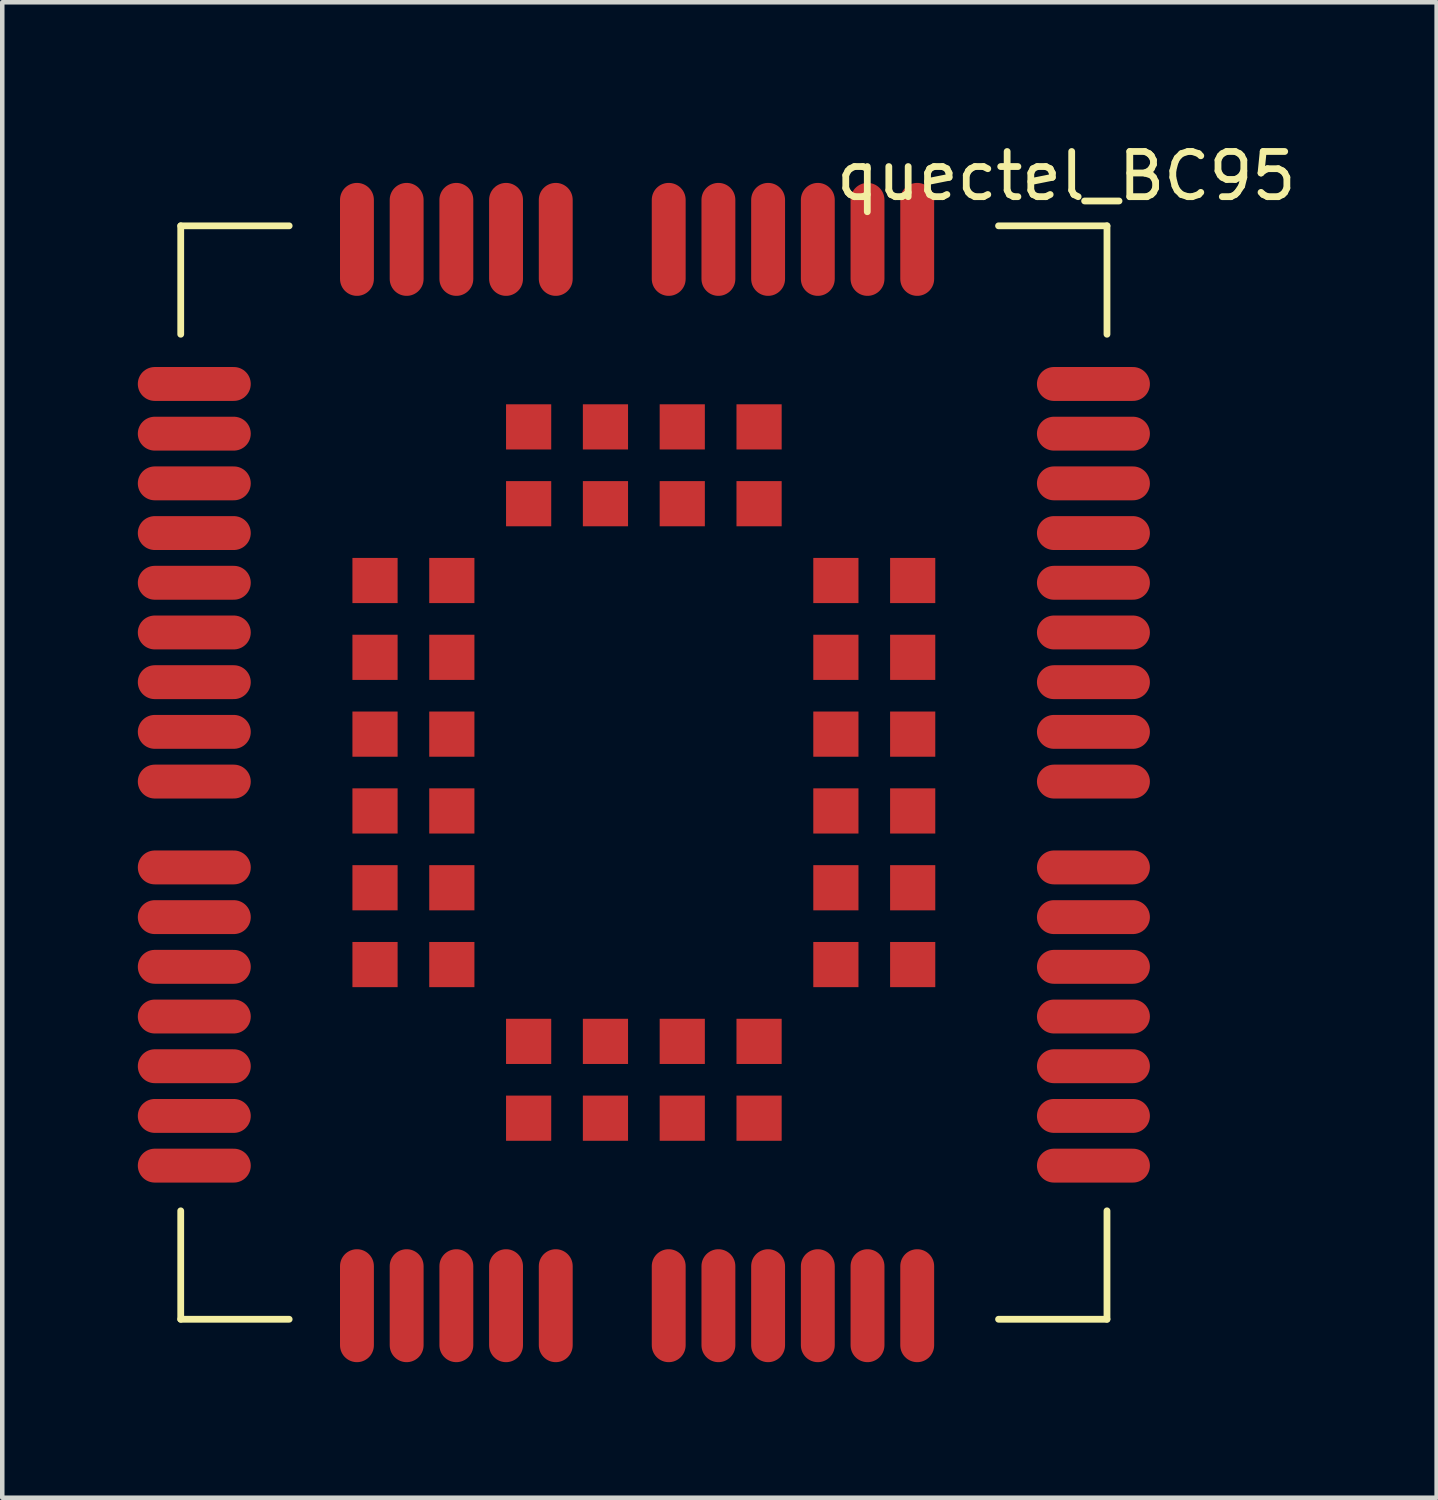
<source format=kicad_pcb>
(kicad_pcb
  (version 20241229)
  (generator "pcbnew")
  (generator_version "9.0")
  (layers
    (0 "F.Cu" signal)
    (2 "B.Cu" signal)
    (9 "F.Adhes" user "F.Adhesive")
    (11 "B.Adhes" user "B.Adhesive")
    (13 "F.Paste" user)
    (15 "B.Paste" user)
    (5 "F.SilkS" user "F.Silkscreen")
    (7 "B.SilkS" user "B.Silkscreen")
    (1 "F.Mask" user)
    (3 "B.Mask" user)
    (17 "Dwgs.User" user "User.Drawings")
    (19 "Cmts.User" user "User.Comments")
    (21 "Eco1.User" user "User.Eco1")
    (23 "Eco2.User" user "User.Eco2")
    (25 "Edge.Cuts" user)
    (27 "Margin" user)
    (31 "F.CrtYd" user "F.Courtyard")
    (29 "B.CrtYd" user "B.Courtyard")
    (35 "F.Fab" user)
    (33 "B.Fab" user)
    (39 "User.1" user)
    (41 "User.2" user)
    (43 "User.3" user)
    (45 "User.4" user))
  (footprint "quectel_BC95"
    (layer "F.Cu")
    (at 11.4 14.448)
    (property "Reference" "quectel_BC95" (at 9.15 -13.6 0) (layer "F.SilkS") (effects (font (size 1 1) (thickness 0.15))))
    (attr through_hole)
    (fp_line (start -10.45 -12.5) (end -8.05 -12.5) (stroke (width 0.15) (type solid)) (layer "F.SilkS"))
    (fp_line (start -10.45 -10.1) (end -10.45 -12.5) (stroke (width 0.15) (type solid)) (layer "F.SilkS"))
    (fp_line (start -10.45 9.3) (end -10.45 11.7) (stroke (width 0.15) (type solid)) (layer "F.SilkS"))
    (fp_line (start -10.45 11.7) (end -8.05 11.7) (stroke (width 0.15) (type solid)) (layer "F.SilkS"))
    (fp_line (start 7.65 -12.5) (end 10.05 -12.5) (stroke (width 0.15) (type solid)) (layer "F.SilkS"))
    (fp_line (start 7.65 11.7) (end 10.05 11.7) (stroke (width 0.15) (type solid)) (layer "F.SilkS"))
    (fp_line (start 10.05 -12.5) (end 10.05 -10.1) (stroke (width 0.15) (type solid)) (layer "F.SilkS"))
    (fp_line (start 10.05 11.7) (end 10.05 9.3) (stroke (width 0.15) (type solid)) (layer "F.SilkS"))
    (pad "1" smd oval (at -10.15 -9) (size 2.5 0.75) (layers "F.Cu" "F.Mask" "F.Paste"))
    (pad "2" smd oval (at -10.15 -7.9) (size 2.5 0.75) (layers "F.Cu" "F.Mask" "F.Paste"))
    (pad "3" smd oval (at -10.15 -6.8) (size 2.5 0.75) (layers "F.Cu" "F.Mask" "F.Paste"))
    (pad "4" smd oval (at -10.15 -5.7) (size 2.5 0.75) (layers "F.Cu" "F.Mask" "F.Paste"))
    (pad "5" smd oval (at -10.15 -4.6) (size 2.5 0.75) (layers "F.Cu" "F.Mask" "F.Paste"))
    (pad "6" smd oval (at -10.15 -3.5) (size 2.5 0.75) (layers "F.Cu" "F.Mask" "F.Paste"))
    (pad "7" smd oval (at -10.15 -2.4) (size 2.5 0.75) (layers "F.Cu" "F.Mask" "F.Paste"))
    (pad "8" smd oval (at -10.15 -1.3) (size 2.5 0.75) (layers "F.Cu" "F.Mask" "F.Paste"))
    (pad "9" smd oval (at -10.15 -0.2) (size 2.5 0.75) (layers "F.Cu" "F.Mask" "F.Paste"))
    (pad "10" smd oval (at -10.15 1.7) (size 2.5 0.75) (layers "F.Cu" "F.Mask" "F.Paste"))
    (pad "11" smd oval (at -10.15 2.8) (size 2.5 0.75) (layers "F.Cu" "F.Mask" "F.Paste"))
    (pad "12" smd oval (at -10.15 3.9) (size 2.5 0.75) (layers "F.Cu" "F.Mask" "F.Paste"))
    (pad "13" smd oval (at -10.15 5) (size 2.5 0.75) (layers "F.Cu" "F.Mask" "F.Paste"))
    (pad "14" smd oval (at -10.15 6.1) (size 2.5 0.75) (layers "F.Cu" "F.Mask" "F.Paste"))
    (pad "15" smd oval (at -10.15 7.2) (size 2.5 0.75) (layers "F.Cu" "F.Mask" "F.Paste"))
    (pad "16" smd oval (at -10.15 8.3) (size 2.5 0.75) (layers "F.Cu" "F.Mask" "F.Paste"))
    (pad "17" smd oval (at -6.55 11.4) (size 0.75 2.5) (layers "F.Cu" "F.Mask" "F.Paste"))
    (pad "18" smd oval (at -5.45 11.4) (size 0.75 2.5) (layers "F.Cu" "F.Mask" "F.Paste"))
    (pad "19" smd oval (at -4.35 11.4) (size 0.75 2.5) (layers "F.Cu" "F.Mask" "F.Paste"))
    (pad "20" smd oval (at -3.25 11.4) (size 0.75 2.5) (layers "F.Cu" "F.Mask" "F.Paste"))
    (pad "21" smd oval (at -2.15 11.4) (size 0.75 2.5) (layers "F.Cu" "F.Mask" "F.Paste"))
    (pad "22" smd oval (at 0.35 11.4) (size 0.75 2.5) (layers "F.Cu" "F.Mask" "F.Paste"))
    (pad "23" smd oval (at 1.45 11.4) (size 0.75 2.5) (layers "F.Cu" "F.Mask" "F.Paste"))
    (pad "24" smd oval (at 2.55 11.4) (size 0.75 2.5) (layers "F.Cu" "F.Mask" "F.Paste"))
    (pad "25" smd oval (at 3.65 11.4) (size 0.75 2.5) (layers "F.Cu" "F.Mask" "F.Paste"))
    (pad "26" smd oval (at 4.75 11.4) (size 0.75 2.5) (layers "F.Cu" "F.Mask" "F.Paste"))
    (pad "27" smd oval (at 5.85 11.4) (size 0.75 2.5) (layers "F.Cu" "F.Mask" "F.Paste"))
    (pad "28" smd oval (at 9.75 8.3) (size 2.5 0.75) (layers "F.Cu" "F.Mask" "F.Paste"))
    (pad "29" smd oval (at 9.75 7.2) (size 2.5 0.75) (layers "F.Cu" "F.Mask" "F.Paste"))
    (pad "30" smd oval (at 9.75 6.1) (size 2.5 0.75) (layers "F.Cu" "F.Mask" "F.Paste"))
    (pad "31" smd oval (at 9.75 5) (size 2.5 0.75) (layers "F.Cu" "F.Mask" "F.Paste"))
    (pad "32" smd oval (at 9.75 3.9) (size 2.5 0.75) (layers "F.Cu" "F.Mask" "F.Paste"))
    (pad "33" smd oval (at 9.75 2.8) (size 2.5 0.75) (layers "F.Cu" "F.Mask" "F.Paste"))
    (pad "34" smd oval (at 9.75 1.7) (size 2.5 0.75) (layers "F.Cu" "F.Mask" "F.Paste"))
    (pad "35" smd oval (at 9.75 -0.2) (size 2.5 0.75) (layers "F.Cu" "F.Mask" "F.Paste"))
    (pad "36" smd oval (at 9.75 -1.3) (size 2.5 0.75) (layers "F.Cu" "F.Mask" "F.Paste"))
    (pad "37" smd oval (at 9.75 -2.4) (size 2.5 0.75) (layers "F.Cu" "F.Mask" "F.Paste"))
    (pad "38" smd oval (at 9.75 -3.5) (size 2.5 0.75) (layers "F.Cu" "F.Mask" "F.Paste"))
    (pad "39" smd oval (at 9.75 -4.6) (size 2.5 0.75) (layers "F.Cu" "F.Mask" "F.Paste"))
    (pad "40" smd oval (at 9.75 -5.7) (size 2.5 0.75) (layers "F.Cu" "F.Mask" "F.Paste"))
    (pad "41" smd oval (at 9.75 -6.8) (size 2.5 0.75) (layers "F.Cu" "F.Mask" "F.Paste"))
    (pad "42" smd oval (at 9.75 -7.9) (size 2.5 0.75) (layers "F.Cu" "F.Mask" "F.Paste"))
    (pad "43" smd oval (at 9.75 -9) (size 2.5 0.75) (layers "F.Cu" "F.Mask" "F.Paste"))
    (pad "44" smd oval (at 5.85 -12.2) (size 0.75 2.5) (layers "F.Cu" "F.Mask" "F.Paste"))
    (pad "45" smd oval (at 4.75 -12.2) (size 0.75 2.5) (layers "F.Cu" "F.Mask" "F.Paste"))
    (pad "46" smd oval (at 3.65 -12.2) (size 0.75 2.5) (layers "F.Cu" "F.Mask" "F.Paste"))
    (pad "47" smd oval (at 2.55 -12.2) (size 0.75 2.5) (layers "F.Cu" "F.Mask" "F.Paste"))
    (pad "48" smd oval (at 1.45 -12.2) (size 0.75 2.5) (layers "F.Cu" "F.Mask" "F.Paste"))
    (pad "49" smd oval (at 0.35 -12.2) (size 0.75 2.5) (layers "F.Cu" "F.Mask" "F.Paste"))
    (pad "50" smd oval (at -2.15 -12.2) (size 0.75 2.5) (layers "F.Cu" "F.Mask" "F.Paste"))
    (pad "51" smd oval (at -3.25 -12.2) (size 0.75 2.5) (layers "F.Cu" "F.Mask" "F.Paste"))
    (pad "52" smd oval (at -4.35 -12.2) (size 0.75 2.5) (layers "F.Cu" "F.Mask" "F.Paste"))
    (pad "53" smd oval (at -5.45 -12.2) (size 0.75 2.5) (layers "F.Cu" "F.Mask" "F.Paste"))
    (pad "54" smd oval (at -6.55 -12.2) (size 0.75 2.5) (layers "F.Cu" "F.Mask" "F.Paste"))
    (pad "55" smd rect (at -6.15 -4.65) (size 1 1) (layers "F.Cu" "F.Mask" "F.Paste"))
    (pad "56" smd rect (at -6.15 -2.95) (size 1 1) (layers "F.Cu" "F.Mask" "F.Paste"))
    (pad "57" smd rect (at -6.15 -1.25) (size 1 1) (layers "F.Cu" "F.Mask" "F.Paste"))
    (pad "58" smd rect (at -6.15 0.45) (size 1 1) (layers "F.Cu" "F.Mask" "F.Paste"))
    (pad "59" smd rect (at -6.15 2.15) (size 1 1) (layers "F.Cu" "F.Mask" "F.Paste"))
    (pad "60" smd rect (at -6.15 3.85) (size 1 1) (layers "F.Cu" "F.Mask" "F.Paste"))
    (pad "61" smd rect (at -2.75 7.25) (size 1 1) (layers "F.Cu" "F.Mask" "F.Paste"))
    (pad "62" smd rect (at -1.05 7.25) (size 1 1) (layers "F.Cu" "F.Mask" "F.Paste"))
    (pad "63" smd rect (at 0.65 7.25) (size 1 1) (layers "F.Cu" "F.Mask" "F.Paste"))
    (pad "64" smd rect (at 2.35 7.25) (size 1 1) (layers "F.Cu" "F.Mask" "F.Paste"))
    (pad "65" smd rect (at 5.75 3.85) (size 1 1) (layers "F.Cu" "F.Mask" "F.Paste"))
    (pad "66" smd rect (at 5.75 2.15) (size 1 1) (layers "F.Cu" "F.Mask" "F.Paste"))
    (pad "67" smd rect (at 5.75 0.45) (size 1 1) (layers "F.Cu" "F.Mask" "F.Paste"))
    (pad "68" smd rect (at 5.75 -1.25) (size 1 1) (layers "F.Cu" "F.Mask" "F.Paste"))
    (pad "69" smd rect (at 5.75 -2.95) (size 1 1) (layers "F.Cu" "F.Mask" "F.Paste"))
    (pad "70" smd rect (at 5.75 -4.65) (size 1 1) (layers "F.Cu" "F.Mask" "F.Paste"))
    (pad "71" smd rect (at 2.35 -8.05) (size 1 1) (layers "F.Cu" "F.Mask" "F.Paste"))
    (pad "72" smd rect (at 0.65 -8.05) (size 1 1) (layers "F.Cu" "F.Mask" "F.Paste"))
    (pad "73" smd rect (at -1.05 -8.05) (size 1 1) (layers "F.Cu" "F.Mask" "F.Paste"))
    (pad "74" smd rect (at -2.75 -8.05) (size 1 1) (layers "F.Cu" "F.Mask" "F.Paste"))
    (pad "75" smd rect (at -4.45 -4.65) (size 1 1) (layers "F.Cu" "F.Mask" "F.Paste"))
    (pad "76" smd rect (at -4.45 -2.95) (size 1 1) (layers "F.Cu" "F.Mask" "F.Paste"))
    (pad "77" smd rect (at -4.45 -1.25) (size 1 1) (layers "F.Cu" "F.Mask" "F.Paste"))
    (pad "78" smd rect (at -4.45 0.45) (size 1 1) (layers "F.Cu" "F.Mask" "F.Paste"))
    (pad "79" smd rect (at -4.45 2.15) (size 1 1) (layers "F.Cu" "F.Mask" "F.Paste"))
    (pad "80" smd rect (at -4.45 3.85) (size 1 1) (layers "F.Cu" "F.Mask" "F.Paste"))
    (pad "81" smd rect (at -2.75 5.55) (size 1 1) (layers "F.Cu" "F.Mask" "F.Paste"))
    (pad "82" smd rect (at -1.05 5.55) (size 1 1) (layers "F.Cu" "F.Mask" "F.Paste"))
    (pad "83" smd rect (at 0.65 5.55) (size 1 1) (layers "F.Cu" "F.Mask" "F.Paste"))
    (pad "84" smd rect (at 2.35 5.55) (size 1 1) (layers "F.Cu" "F.Mask" "F.Paste"))
    (pad "85" smd rect (at 4.05 3.85) (size 1 1) (layers "F.Cu" "F.Mask" "F.Paste"))
    (pad "86" smd rect (at 4.05 2.15) (size 1 1) (layers "F.Cu" "F.Mask" "F.Paste"))
    (pad "87" smd rect (at 4.05 0.45) (size 1 1) (layers "F.Cu" "F.Mask" "F.Paste"))
    (pad "88" smd rect (at 4.05 -1.25) (size 1 1) (layers "F.Cu" "F.Mask" "F.Paste"))
    (pad "89" smd rect (at 4.05 -2.95) (size 1 1) (layers "F.Cu" "F.Mask" "F.Paste"))
    (pad "90" smd rect (at 4.05 -4.65) (size 1 1) (layers "F.Cu" "F.Mask" "F.Paste"))
    (pad "91" smd rect (at 2.35 -6.35) (size 1 1) (layers "F.Cu" "F.Mask" "F.Paste"))
    (pad "92" smd rect (at 0.65 -6.35) (size 1 1) (layers "F.Cu" "F.Mask" "F.Paste"))
    (pad "93" smd rect (at -1.05 -6.35) (size 1 1) (layers "F.Cu" "F.Mask" "F.Paste"))
    (pad "94" smd rect (at -2.75 -6.35) (size 1 1) (layers "F.Cu" "F.Mask" "F.Paste")))
  (gr_rect
    (start -3 -3)
    (end 28.746 30.098)
    (stroke (width 0.1) (type default))
    (fill no)
    (layer "Edge.Cuts")))
</source>
